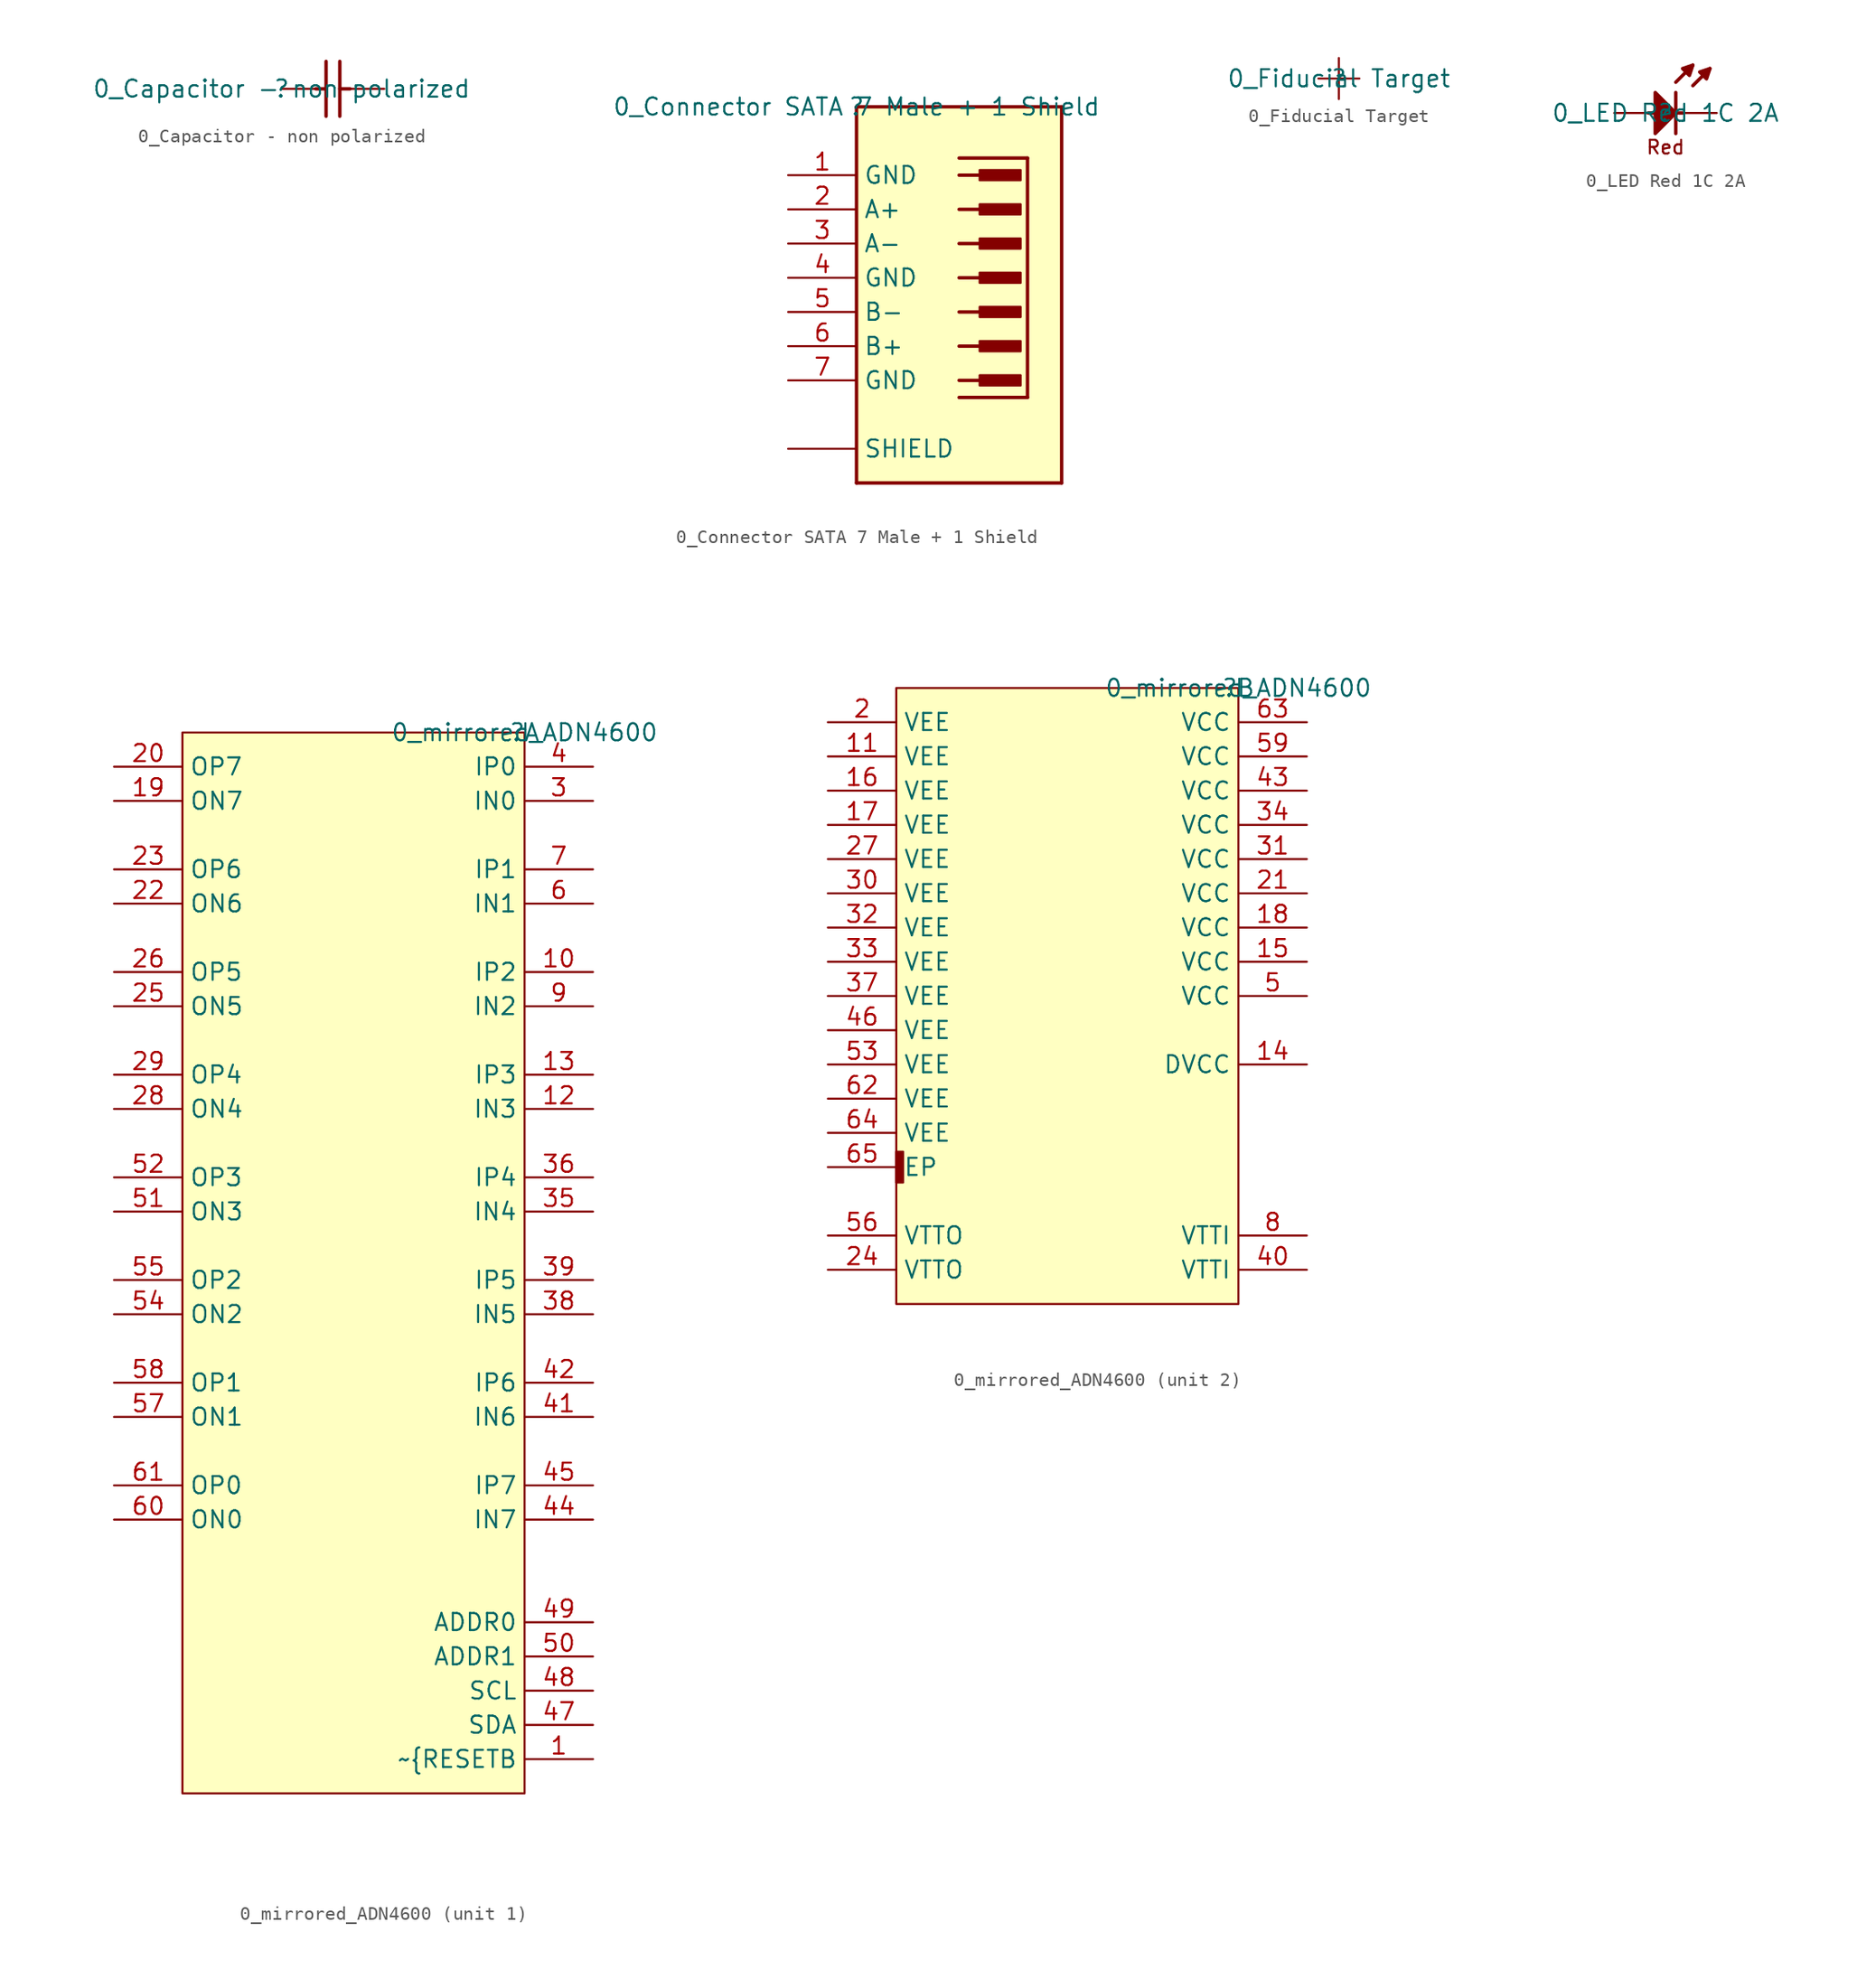
<source format=kicad_sym>
(kicad_symbol_lib
  (version 20211014)
  (generator kicad_symbol_editor)
  (symbol "0_Capacitor - non polarized"
    (property "Reference" ""
      (at 0 0 0)
      (effects (font (size 1.27 1.27))))
    (property "Value" "0_Capacitor - non polarized"
      (at 0 0 0)
      (effects (font (size 1.27 1.27))))
    (symbol "0_Capacitor - non polarized_1_0"
      (polyline (pts (xy 2.54 0) (xy 3.302 0)) (stroke (width 0.254) (type default) (color 0 0 0 0)) (fill (type none)))
      (polyline (pts (xy 3.302 -2.032) (xy 3.302 2.032)) (stroke (width 0.254) (type default) (color 0 0 0 0)) (fill (type none)))
      (polyline (pts (xy 4.318 2.032) (xy 4.318 -2.032)) (stroke (width 0.254) (type default) (color 0 0 0 0)) (fill (type none)))
      (polyline (pts (xy 5.08 0) (xy 4.318 0)) (stroke (width 0.254) (type default) (color 0 0 0 0)) (fill (type none)))
      (pin passive line (at 0 0 0) (length 2.54) (name "1" (effects (font (size 0 0)))) (number "1" (effects (font (size 0 0)))))
      (pin passive line (at 7.62 0 180) (length 2.54) (name "2" (effects (font (size 0 0)))) (number "2" (effects (font (size 0 0)))))))
  (symbol "0_Connector SATA 7 Male + 1 Shield"
    (property "Reference" ""
      (at 0 0 0)
      (effects (font (size 1.27 1.27))))
    (property "Value" "0_Connector SATA 7 Male + 1 Shield"
      (at 0 0 0)
      (effects (font (size 1.27 1.27))))
    (symbol "0_Connector SATA 7 Male + 1 Shield_1_0"
      (polyline (pts (xy 0 -27.94) (xy 0 0)) (stroke (width 0.254) (type default) (color 0 0 0 0)) (fill (type none)))
      (polyline (pts (xy 0 -27.94) (xy 15.24 -27.94)) (stroke (width 0.254) (type default) (color 0 0 0 0)) (fill (type none)))
      (polyline (pts (xy 0 0) (xy 15.24 0)) (stroke (width 0.254) (type default) (color 0 0 0 0)) (fill (type none)))
      (polyline (pts (xy 7.62 -21.59) (xy 12.7 -21.59)) (stroke (width 0.254) (type default) (color 0 0 0 0)) (fill (type none)))
      (polyline (pts (xy 7.62 -20.32) (xy 10.16 -20.32)) (stroke (width 0.254) (type default) (color 0 0 0 0)) (fill (type none)))
      (polyline (pts (xy 7.62 -17.78) (xy 10.16 -17.78)) (stroke (width 0.254) (type default) (color 0 0 0 0)) (fill (type none)))
      (polyline (pts (xy 7.62 -15.24) (xy 10.16 -15.24)) (stroke (width 0.254) (type default) (color 0 0 0 0)) (fill (type none)))
      (polyline (pts (xy 7.62 -12.7) (xy 10.16 -12.7)) (stroke (width 0.254) (type default) (color 0 0 0 0)) (fill (type none)))
      (polyline (pts (xy 7.62 -10.16) (xy 10.16 -10.16)) (stroke (width 0.254) (type default) (color 0 0 0 0)) (fill (type none)))
      (polyline (pts (xy 7.62 -7.62) (xy 10.16 -7.62)) (stroke (width 0.254) (type default) (color 0 0 0 0)) (fill (type none)))
      (polyline (pts (xy 7.62 -5.08) (xy 10.16 -5.08)) (stroke (width 0.254) (type default) (color 0 0 0 0)) (fill (type none)))
      (polyline (pts (xy 7.62 -3.81) (xy 12.7 -3.81)) (stroke (width 0.254) (type default) (color 0 0 0 0)) (fill (type none)))
      (polyline (pts (xy 12.7 -21.59) (xy 12.7 -3.81)) (stroke (width 0.254) (type default) (color 0 0 0 0)) (fill (type none)))
      (polyline (pts (xy 15.24 0) (xy 15.24 -27.94)) (stroke (width 0.254) (type default) (color 0 0 0 0)) (fill (type none)))
      (rectangle (start 12.192 -19.939) (end 9.144 -20.701) (stroke (width 0) (type default) (color 0 0 0 0)) (fill (type outline)))
      (rectangle (start 12.192 -17.399) (end 9.144 -18.161) (stroke (width 0) (type default) (color 0 0 0 0)) (fill (type outline)))
      (rectangle (start 12.192 -14.859) (end 9.144 -15.621) (stroke (width 0) (type default) (color 0 0 0 0)) (fill (type outline)))
      (rectangle (start 12.192 -12.319) (end 9.144 -13.081) (stroke (width 0) (type default) (color 0 0 0 0)) (fill (type outline)))
      (rectangle (start 12.192 -9.779) (end 9.144 -10.541) (stroke (width 0) (type default) (color 0 0 0 0)) (fill (type outline)))
      (rectangle (start 12.192 -7.239) (end 9.144 -8.001) (stroke (width 0) (type default) (color 0 0 0 0)) (fill (type outline)))
      (rectangle (start 12.192 -4.699) (end 9.144 -5.461) (stroke (width 0) (type default) (color 0 0 0 0)) (fill (type outline)))
      (rectangle (start 15.24 0) (end 0 -27.94) (stroke (width 0) (type default) (color 0 0 0 0)) (fill (type background)))
      (pin power_in line (at -5.08 -5.08 0) (length 5.08) (name "GND" (effects (font (size 1.27 1.27)))) (number "1" (effects (font (size 1.27 1.27)))))
      (pin bidirectional line (at -5.08 -7.62 0) (length 5.08) (name "A+" (effects (font (size 1.27 1.27)))) (number "2" (effects (font (size 1.27 1.27)))))
      (pin bidirectional line (at -5.08 -10.16 0) (length 5.08) (name "A-" (effects (font (size 1.27 1.27)))) (number "3" (effects (font (size 1.27 1.27)))))
      (pin power_in line (at -5.08 -12.7 0) (length 5.08) (name "GND" (effects (font (size 1.27 1.27)))) (number "4" (effects (font (size 1.27 1.27)))))
      (pin bidirectional line (at -5.08 -15.24 0) (length 5.08) (name "B-" (effects (font (size 1.27 1.27)))) (number "5" (effects (font (size 1.27 1.27)))))
      (pin bidirectional line (at -5.08 -17.78 0) (length 5.08) (name "B+" (effects (font (size 1.27 1.27)))) (number "6" (effects (font (size 1.27 1.27)))))
      (pin power_in line (at -5.08 -20.32 0) (length 5.08) (name "GND" (effects (font (size 1.27 1.27)))) (number "7" (effects (font (size 1.27 1.27)))))
      (pin bidirectional line (at -5.08 -25.4 0) (length 5.08) (name "SHIELD" (effects (font (size 1.27 1.27)))) (number "8" (effects (font (size 0 0)))))))
  (symbol "0_Fiducial Target"
    (property "Reference" ""
      (at 0 0 0)
      (effects (font (size 1.27 1.27))))
    (property "Value" "0_Fiducial Target"
      (at 0 0 0)
      (effects (font (size 1.27 1.27))))
    (symbol "0_Fiducial Target_1_0"
      (polyline (pts (xy -1.524 0) (xy 1.524 0)) (stroke (width 0) (type default) (color 0 0 0 0)) (fill (type none)))
      (polyline (pts (xy 0 1.524) (xy 0 -1.524)) (stroke (width 0) (type default) (color 0 0 0 0)) (fill (type none)))))
  (symbol "0_LED Red 1C 2A"
    (property "Reference" ""
      (at 0 0 0)
      (effects (font (size 1.27 1.27))))
    (property "Value" "0_LED Red 1C 2A"
      (at 0 0 0)
      (effects (font (size 1.27 1.27))))
    (symbol "0_LED Red 1C 2A_1_0"
      (polyline (pts (xy -1.27 0) (xy 1.27 0)) (stroke (width 0.254) (type default) (color 0 0 0 0)) (fill (type none)))
      (polyline (pts (xy 0.762 1.524) (xy 0.762 -1.524)) (stroke (width 0.254) (type default) (color 0 0 0 0)) (fill (type none)))
      (polyline (pts (xy 0.762 2.286) (xy 2.032 3.556)) (stroke (width 0.254) (type default) (color 0 0 0 0)) (fill (type none)))
      (polyline (pts (xy 2.032 2.032) (xy 3.302 3.302)) (stroke (width 0.254) (type default) (color 0 0 0 0)) (fill (type none)))
      (polyline (pts (xy -0.762 -1.524) (xy 0.762 0) (xy -0.762 1.524) (xy -0.762 -1.524)) (stroke (width 0.254) (type default) (color 0 0 0 0)) (fill (type outline)))
      (polyline (pts (xy 2.032 3.556) (xy 1.27 3.302) (xy 1.778 2.794) (xy 2.032 3.556)) (stroke (width 0.254) (type default) (color 0 0 0 0)) (fill (type outline)))
      (polyline (pts (xy 3.302 3.302) (xy 2.54 3.048) (xy 3.048 2.54) (xy 3.302 3.302)) (stroke (width 0.254) (type default) (color 0 0 0 0)) (fill (type outline)))
      (text "Red" (at 0 -2.54 0) (effects (font (size 1.016 1.016))))
      (pin passive line (at 3.81 0 180) (length 2.54) (name "C" (effects (font (size 0 0)))) (number "1" (effects (font (size 0 0)))))
      (pin passive line (at -3.81 0 0) (length 2.54) (name "A" (effects (font (size 0 0)))) (number "2" (effects (font (size 0 0)))))))
  (symbol "0_mirrored_ADN4600"
    (property "Reference" ""
      (at 0 0 0)
      (effects (font (size 1.27 1.27))))
    (property "Value" "0_mirrored_ADN4600"
      (at 0 0 0)
      (effects (font (size 1.27 1.27))))
    (symbol "0_mirrored_ADN4600_1_0"
      (rectangle (start 0 0) (end -25.4 -78.74) (stroke (width 0) (type default) (color 0 0 0 0)) (fill (type background)))
      (pin input line (at 5.08 -76.2 180) (length 5.08) (name "~{RESETB" (effects (font (size 1.27 1.27)))) (number "1" (effects (font (size 1.27 1.27)))))
      (pin input line (at 5.08 -17.78 180) (length 5.08) (name "IP2" (effects (font (size 1.27 1.27)))) (number "10" (effects (font (size 1.27 1.27)))))
      (pin input line (at 5.08 -27.94 180) (length 5.08) (name "IN3" (effects (font (size 1.27 1.27)))) (number "12" (effects (font (size 1.27 1.27)))))
      (pin input line (at 5.08 -25.4 180) (length 5.08) (name "IP3" (effects (font (size 1.27 1.27)))) (number "13" (effects (font (size 1.27 1.27)))))
      (pin output line (at -30.48 -5.08 0) (length 5.08) (name "ON7" (effects (font (size 1.27 1.27)))) (number "19" (effects (font (size 1.27 1.27)))))
      (pin output line (at -30.48 -2.54 0) (length 5.08) (name "OP7" (effects (font (size 1.27 1.27)))) (number "20" (effects (font (size 1.27 1.27)))))
      (pin output line (at -30.48 -12.7 0) (length 5.08) (name "ON6" (effects (font (size 1.27 1.27)))) (number "22" (effects (font (size 1.27 1.27)))))
      (pin output line (at -30.48 -10.16 0) (length 5.08) (name "OP6" (effects (font (size 1.27 1.27)))) (number "23" (effects (font (size 1.27 1.27)))))
      (pin output line (at -30.48 -20.32 0) (length 5.08) (name "ON5" (effects (font (size 1.27 1.27)))) (number "25" (effects (font (size 1.27 1.27)))))
      (pin output line (at -30.48 -17.78 0) (length 5.08) (name "OP5" (effects (font (size 1.27 1.27)))) (number "26" (effects (font (size 1.27 1.27)))))
      (pin output line (at -30.48 -27.94 0) (length 5.08) (name "ON4" (effects (font (size 1.27 1.27)))) (number "28" (effects (font (size 1.27 1.27)))))
      (pin output line (at -30.48 -25.4 0) (length 5.08) (name "OP4" (effects (font (size 1.27 1.27)))) (number "29" (effects (font (size 1.27 1.27)))))
      (pin input line (at 5.08 -5.08 180) (length 5.08) (name "IN0" (effects (font (size 1.27 1.27)))) (number "3" (effects (font (size 1.27 1.27)))))
      (pin input line (at 5.08 -35.56 180) (length 5.08) (name "IN4" (effects (font (size 1.27 1.27)))) (number "35" (effects (font (size 1.27 1.27)))))
      (pin input line (at 5.08 -33.02 180) (length 5.08) (name "IP4" (effects (font (size 1.27 1.27)))) (number "36" (effects (font (size 1.27 1.27)))))
      (pin input line (at 5.08 -43.18 180) (length 5.08) (name "IN5" (effects (font (size 1.27 1.27)))) (number "38" (effects (font (size 1.27 1.27)))))
      (pin input line (at 5.08 -40.64 180) (length 5.08) (name "IP5" (effects (font (size 1.27 1.27)))) (number "39" (effects (font (size 1.27 1.27)))))
      (pin input line (at 5.08 -2.54 180) (length 5.08) (name "IP0" (effects (font (size 1.27 1.27)))) (number "4" (effects (font (size 1.27 1.27)))))
      (pin input line (at 5.08 -50.8 180) (length 5.08) (name "IN6" (effects (font (size 1.27 1.27)))) (number "41" (effects (font (size 1.27 1.27)))))
      (pin input line (at 5.08 -48.26 180) (length 5.08) (name "IP6" (effects (font (size 1.27 1.27)))) (number "42" (effects (font (size 1.27 1.27)))))
      (pin input line (at 5.08 -58.42 180) (length 5.08) (name "IN7" (effects (font (size 1.27 1.27)))) (number "44" (effects (font (size 1.27 1.27)))))
      (pin input line (at 5.08 -55.88 180) (length 5.08) (name "IP7" (effects (font (size 1.27 1.27)))) (number "45" (effects (font (size 1.27 1.27)))))
      (pin bidirectional line (at 5.08 -73.66 180) (length 5.08) (name "SDA" (effects (font (size 1.27 1.27)))) (number "47" (effects (font (size 1.27 1.27)))))
      (pin input line (at 5.08 -71.12 180) (length 5.08) (name "SCL" (effects (font (size 1.27 1.27)))) (number "48" (effects (font (size 1.27 1.27)))))
      (pin input line (at 5.08 -66.04 180) (length 5.08) (name "ADDR0" (effects (font (size 1.27 1.27)))) (number "49" (effects (font (size 1.27 1.27)))))
      (pin input line (at 5.08 -68.58 180) (length 5.08) (name "ADDR1" (effects (font (size 1.27 1.27)))) (number "50" (effects (font (size 1.27 1.27)))))
      (pin output line (at -30.48 -35.56 0) (length 5.08) (name "ON3" (effects (font (size 1.27 1.27)))) (number "51" (effects (font (size 1.27 1.27)))))
      (pin output line (at -30.48 -33.02 0) (length 5.08) (name "OP3" (effects (font (size 1.27 1.27)))) (number "52" (effects (font (size 1.27 1.27)))))
      (pin output line (at -30.48 -43.18 0) (length 5.08) (name "ON2" (effects (font (size 1.27 1.27)))) (number "54" (effects (font (size 1.27 1.27)))))
      (pin output line (at -30.48 -40.64 0) (length 5.08) (name "OP2" (effects (font (size 1.27 1.27)))) (number "55" (effects (font (size 1.27 1.27)))))
      (pin output line (at -30.48 -50.8 0) (length 5.08) (name "ON1" (effects (font (size 1.27 1.27)))) (number "57" (effects (font (size 1.27 1.27)))))
      (pin output line (at -30.48 -48.26 0) (length 5.08) (name "OP1" (effects (font (size 1.27 1.27)))) (number "58" (effects (font (size 1.27 1.27)))))
      (pin input line (at 5.08 -12.7 180) (length 5.08) (name "IN1" (effects (font (size 1.27 1.27)))) (number "6" (effects (font (size 1.27 1.27)))))
      (pin output line (at -30.48 -58.42 0) (length 5.08) (name "ON0" (effects (font (size 1.27 1.27)))) (number "60" (effects (font (size 1.27 1.27)))))
      (pin output line (at -30.48 -55.88 0) (length 5.08) (name "OP0" (effects (font (size 1.27 1.27)))) (number "61" (effects (font (size 1.27 1.27)))))
      (pin input line (at 5.08 -10.16 180) (length 5.08) (name "IP1" (effects (font (size 1.27 1.27)))) (number "7" (effects (font (size 1.27 1.27)))))
      (pin input line (at 5.08 -20.32 180) (length 5.08) (name "IN2" (effects (font (size 1.27 1.27)))) (number "9" (effects (font (size 1.27 1.27))))))
    (symbol "0_mirrored_ADN4600_2_0"
      (rectangle (start -24.892 -34.417) (end -25.4 -36.703) (stroke (width 0) (type default) (color 0 0 0 0)) (fill (type outline)))
      (rectangle (start 0 0) (end -25.4 -45.72) (stroke (width 0) (type default) (color 0 0 0 0)) (fill (type background)))
      (pin power_in line (at -30.48 -5.08 0) (length 5.08) (name "VEE" (effects (font (size 1.27 1.27)))) (number "11" (effects (font (size 1.27 1.27)))))
      (pin power_in line (at 5.08 -27.94 180) (length 5.08) (name "DVCC" (effects (font (size 1.27 1.27)))) (number "14" (effects (font (size 1.27 1.27)))))
      (pin power_in line (at 5.08 -20.32 180) (length 5.08) (name "VCC" (effects (font (size 1.27 1.27)))) (number "15" (effects (font (size 1.27 1.27)))))
      (pin power_in line (at -30.48 -7.62 0) (length 5.08) (name "VEE" (effects (font (size 1.27 1.27)))) (number "16" (effects (font (size 1.27 1.27)))))
      (pin power_in line (at -30.48 -10.16 0) (length 5.08) (name "VEE" (effects (font (size 1.27 1.27)))) (number "17" (effects (font (size 1.27 1.27)))))
      (pin power_in line (at 5.08 -17.78 180) (length 5.08) (name "VCC" (effects (font (size 1.27 1.27)))) (number "18" (effects (font (size 1.27 1.27)))))
      (pin power_in line (at -30.48 -2.54 0) (length 5.08) (name "VEE" (effects (font (size 1.27 1.27)))) (number "2" (effects (font (size 1.27 1.27)))))
      (pin power_in line (at 5.08 -15.24 180) (length 5.08) (name "VCC" (effects (font (size 1.27 1.27)))) (number "21" (effects (font (size 1.27 1.27)))))
      (pin power_in line (at -30.48 -43.18 0) (length 5.08) (name "VTTO" (effects (font (size 1.27 1.27)))) (number "24" (effects (font (size 1.27 1.27)))))
      (pin power_in line (at -30.48 -12.7 0) (length 5.08) (name "VEE" (effects (font (size 1.27 1.27)))) (number "27" (effects (font (size 1.27 1.27)))))
      (pin power_in line (at -30.48 -15.24 0) (length 5.08) (name "VEE" (effects (font (size 1.27 1.27)))) (number "30" (effects (font (size 1.27 1.27)))))
      (pin power_in line (at 5.08 -12.7 180) (length 5.08) (name "VCC" (effects (font (size 1.27 1.27)))) (number "31" (effects (font (size 1.27 1.27)))))
      (pin power_in line (at -30.48 -17.78 0) (length 5.08) (name "VEE" (effects (font (size 1.27 1.27)))) (number "32" (effects (font (size 1.27 1.27)))))
      (pin power_in line (at -30.48 -20.32 0) (length 5.08) (name "VEE" (effects (font (size 1.27 1.27)))) (number "33" (effects (font (size 1.27 1.27)))))
      (pin power_in line (at 5.08 -10.16 180) (length 5.08) (name "VCC" (effects (font (size 1.27 1.27)))) (number "34" (effects (font (size 1.27 1.27)))))
      (pin power_in line (at -30.48 -22.86 0) (length 5.08) (name "VEE" (effects (font (size 1.27 1.27)))) (number "37" (effects (font (size 1.27 1.27)))))
      (pin power_in line (at 5.08 -43.18 180) (length 5.08) (name "VTTI" (effects (font (size 1.27 1.27)))) (number "40" (effects (font (size 1.27 1.27)))))
      (pin power_in line (at 5.08 -7.62 180) (length 5.08) (name "VCC" (effects (font (size 1.27 1.27)))) (number "43" (effects (font (size 1.27 1.27)))))
      (pin power_in line (at -30.48 -25.4 0) (length 5.08) (name "VEE" (effects (font (size 1.27 1.27)))) (number "46" (effects (font (size 1.27 1.27)))))
      (pin power_in line (at 5.08 -22.86 180) (length 5.08) (name "VCC" (effects (font (size 1.27 1.27)))) (number "5" (effects (font (size 1.27 1.27)))))
      (pin power_in line (at -30.48 -27.94 0) (length 5.08) (name "VEE" (effects (font (size 1.27 1.27)))) (number "53" (effects (font (size 1.27 1.27)))))
      (pin power_in line (at -30.48 -40.64 0) (length 5.08) (name "VTTO" (effects (font (size 1.27 1.27)))) (number "56" (effects (font (size 1.27 1.27)))))
      (pin power_in line (at 5.08 -5.08 180) (length 5.08) (name "VCC" (effects (font (size 1.27 1.27)))) (number "59" (effects (font (size 1.27 1.27)))))
      (pin power_in line (at -30.48 -30.48 0) (length 5.08) (name "VEE" (effects (font (size 1.27 1.27)))) (number "62" (effects (font (size 1.27 1.27)))))
      (pin power_in line (at 5.08 -2.54 180) (length 5.08) (name "VCC" (effects (font (size 1.27 1.27)))) (number "63" (effects (font (size 1.27 1.27)))))
      (pin power_in line (at -30.48 -33.02 0) (length 5.08) (name "VEE" (effects (font (size 1.27 1.27)))) (number "64" (effects (font (size 1.27 1.27)))))
      (pin power_in line (at -30.48 -35.56 0) (length 5.08) (name "EP" (effects (font (size 1.27 1.27)))) (number "65" (effects (font (size 1.27 1.27)))))
      (pin power_in line (at 5.08 -40.64 180) (length 5.08) (name "VTTI" (effects (font (size 1.27 1.27)))) (number "8" (effects (font (size 1.27 1.27))))))))
</source>
